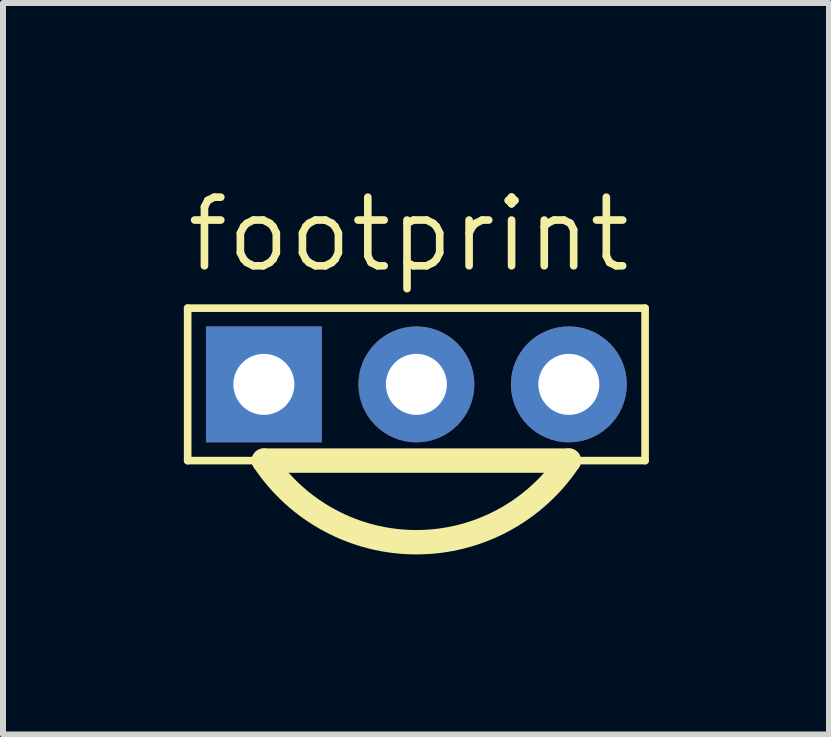
<source format=kicad_pcb>
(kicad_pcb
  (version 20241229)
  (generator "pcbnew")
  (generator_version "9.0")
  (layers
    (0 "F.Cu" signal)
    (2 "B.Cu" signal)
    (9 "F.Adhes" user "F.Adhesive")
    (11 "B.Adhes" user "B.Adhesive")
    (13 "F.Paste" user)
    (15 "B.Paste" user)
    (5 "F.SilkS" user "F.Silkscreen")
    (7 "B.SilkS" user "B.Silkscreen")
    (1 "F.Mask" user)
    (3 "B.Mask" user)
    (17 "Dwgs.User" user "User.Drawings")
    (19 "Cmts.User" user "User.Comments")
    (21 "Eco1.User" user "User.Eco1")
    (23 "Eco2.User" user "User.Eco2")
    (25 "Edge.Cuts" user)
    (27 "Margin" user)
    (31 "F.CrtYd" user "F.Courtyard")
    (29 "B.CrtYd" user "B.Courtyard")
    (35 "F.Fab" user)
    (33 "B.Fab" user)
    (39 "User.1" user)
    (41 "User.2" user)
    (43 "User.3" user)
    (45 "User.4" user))
  (footprint "footprint"
    (layer "F.Cu")
    (at 3.886 3.353)
    (property "Reference" "footprint" (at -3.886 -1.829 0) (layer "F.SilkS") (effects (font (size 1.143 1.143) (thickness 0.127)) (justify left bottom)))
    (fp_line (start -3.81 -1.27) (end -3.81 1.27) (stroke (width 0.127) (type solid)) (layer "F.SilkS"))
    (fp_line (start -3.81 1.27) (end -2.54 1.27) (stroke (width 0.127) (type solid)) (layer "F.SilkS"))
    (fp_line (start -2.54 1.27) (end 2.54 1.27) (stroke (width 0.406) (type solid)) (layer "F.SilkS"))
    (fp_line (start 2.54 1.27) (end 3.81 1.27) (stroke (width 0.127) (type solid)) (layer "F.SilkS"))
    (fp_line (start 3.81 -1.27) (end -3.81 -1.27) (stroke (width 0.127) (type solid)) (layer "F.SilkS"))
    (fp_line (start 3.81 1.27) (end 3.81 -1.27) (stroke (width 0.127) (type solid)) (layer "F.SilkS"))
    (fp_arc (start 2.54 1.27) (mid 0 2.629426) (end -2.54 1.27) (stroke (width 0.4064) (type solid)) (layer "F.SilkS"))
    (fp_poly (pts (xy -2.794 0.254) (xy -2.286 0.254) (xy -2.286 -0.254) (xy -2.794 -0.254)) (stroke (width 0.1) (type solid)) (fill no) (layer "F.Fab"))
    (fp_poly (pts (xy -0.254 0.254) (xy 0.254 0.254) (xy 0.254 -0.254) (xy -0.254 -0.254)) (stroke (width 0.1) (type solid)) (fill no) (layer "F.Fab"))
    (fp_poly (pts (xy 2.286 0.254) (xy 2.794 0.254) (xy 2.794 -0.254) (xy 2.286 -0.254)) (stroke (width 0.1) (type solid)) (fill no) (layer "F.Fab"))
    (pad "1" thru_hole rect (at -2.54 0 90) (size 1.93 1.93) (drill 1.016) (layers "*.Cu" "*.Mask"))
    (pad "2" thru_hole circle (at 0 0 90) (size 1.93 1.93) (drill 1.016) (layers "*.Cu" "*.Mask"))
    (pad "3" thru_hole circle (at 2.54 0 90) (size 1.93 1.93) (drill 1.016) (layers "*.Cu" "*.Mask")))
  (gr_rect
    (start -3 -3)
    (end 10.76 9.185)
    (stroke (width 0.1) (type default))
    (fill no)
    (layer "Edge.Cuts")))
</source>
